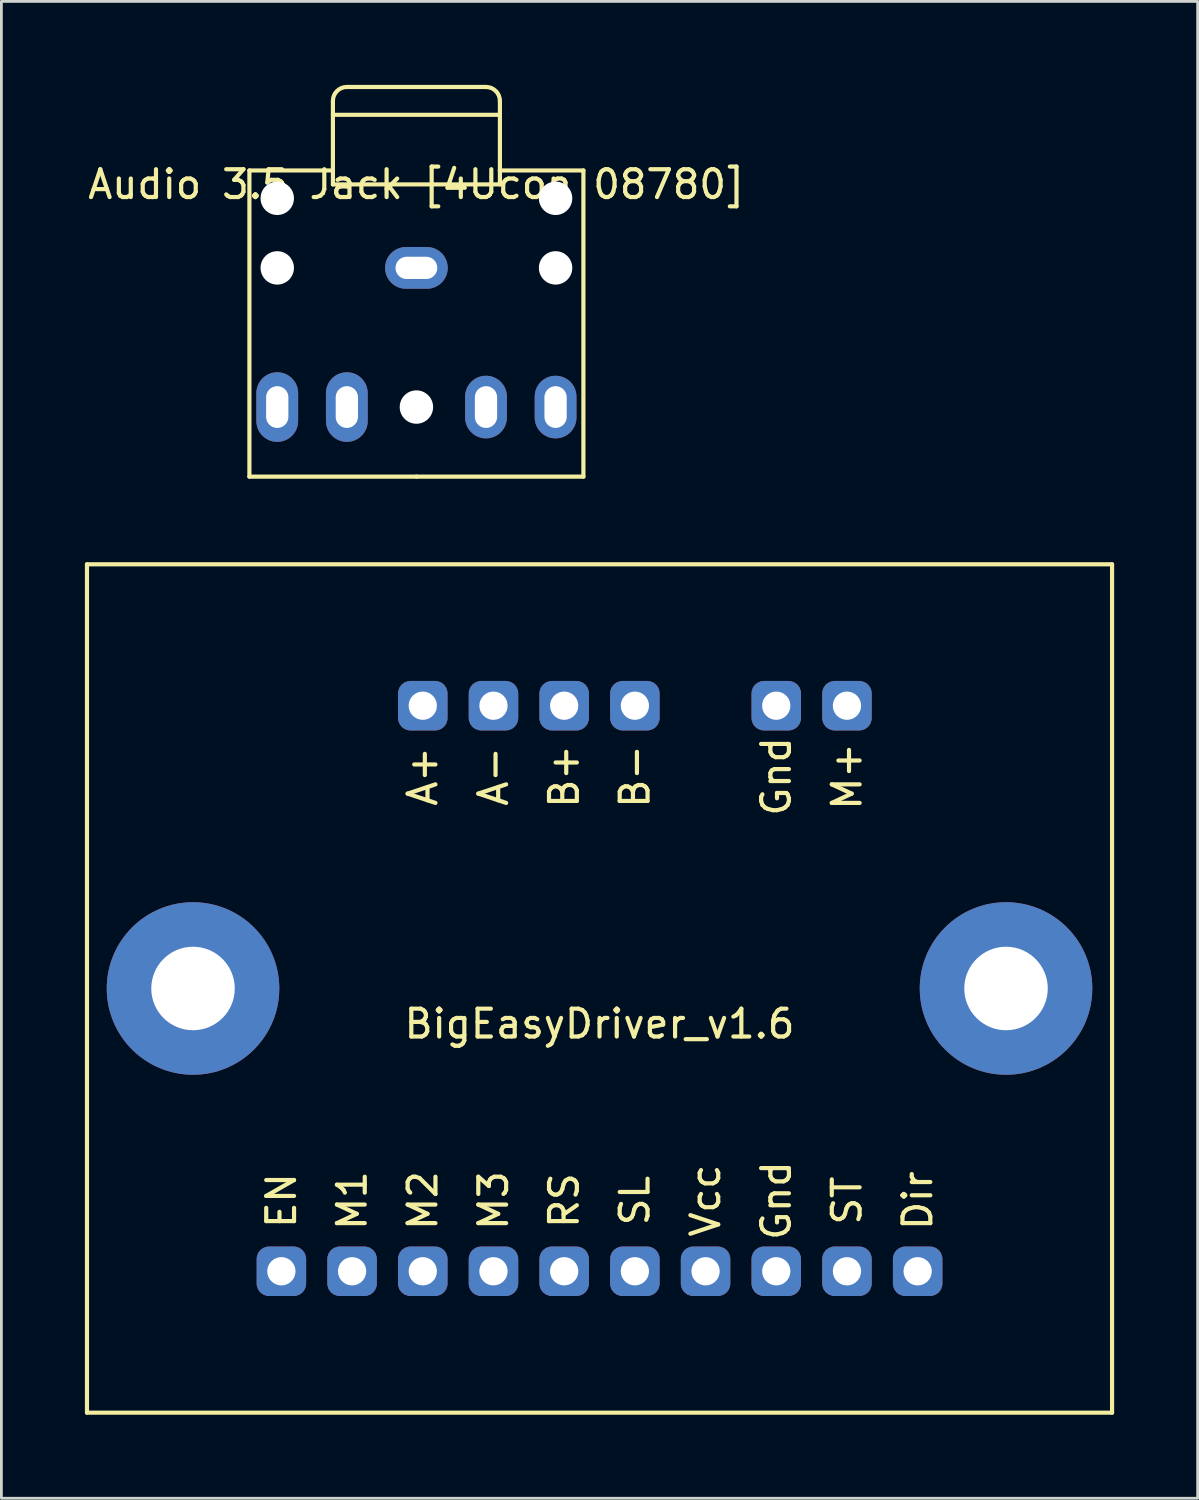
<source format=kicad_pcb>
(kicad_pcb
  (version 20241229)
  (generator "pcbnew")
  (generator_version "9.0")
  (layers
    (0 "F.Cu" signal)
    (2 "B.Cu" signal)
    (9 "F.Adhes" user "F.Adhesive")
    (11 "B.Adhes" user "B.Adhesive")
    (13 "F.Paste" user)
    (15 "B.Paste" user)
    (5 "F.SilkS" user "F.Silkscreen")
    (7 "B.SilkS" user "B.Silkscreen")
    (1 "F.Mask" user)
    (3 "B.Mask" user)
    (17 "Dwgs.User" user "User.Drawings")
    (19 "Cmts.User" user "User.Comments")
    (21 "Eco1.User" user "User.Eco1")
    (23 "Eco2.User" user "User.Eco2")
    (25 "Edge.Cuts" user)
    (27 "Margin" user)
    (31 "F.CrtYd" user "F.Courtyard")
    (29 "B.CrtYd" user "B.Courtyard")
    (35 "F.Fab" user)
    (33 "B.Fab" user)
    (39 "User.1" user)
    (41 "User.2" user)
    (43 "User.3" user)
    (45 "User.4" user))
  (footprint "BigEasyDriver_v1.6"
    (layer "F.Cu")
    (at 18.49 32.465)
    (property "Reference" "BigEasyDriver_v1.6" (at 0 1.27 0) (layer "F.SilkS") (effects (font (size 1 1) (thickness 0.15))))
    (attr through_hole)
    (fp_line (start -18.415 -15.24) (end -18.415 15.24) (stroke (width 0.15) (type solid)) (layer "F.SilkS"))
    (fp_line (start -18.415 -15.24) (end 18.415 -15.24) (stroke (width 0.15) (type solid)) (layer "F.SilkS"))
    (fp_line (start 18.415 -15.24) (end 18.415 15.24) (stroke (width 0.15) (type solid)) (layer "F.SilkS"))
    (fp_line (start 18.415 15.24) (end -18.415 15.24) (stroke (width 0.15) (type solid)) (layer "F.SilkS"))
    (fp_circle (center -14.605 0) (end -14.605 1.27) (stroke (width 0.15) (type solid)) (fill no) (layer "F.SilkS"))
    (fp_circle (center 14.605 0) (end 14.605 1.27) (stroke (width 0.15) (type solid)) (fill no) (layer "F.SilkS"))
    (fp_text user "B-" (at 1.27 -7.62 90) (layer "F.SilkS") (effects (font (size 1 1) (thickness 0.15))))
    (fp_text user "M2" (at -6.35 7.62 90) (layer "F.SilkS") (effects (font (size 1 1) (thickness 0.15))))
    (fp_text user "M3" (at -3.81 7.62 90) (layer "F.SilkS") (effects (font (size 1 1) (thickness 0.15))))
    (fp_text user "A-" (at -3.81 -7.62 90) (layer "F.SilkS") (effects (font (size 1 1) (thickness 0.15))))
    (fp_text user "RS" (at -1.27 7.62 90) (layer "F.SilkS") (effects (font (size 1 1) (thickness 0.15))))
    (fp_text user "EN" (at -11.43 7.62 90) (layer "F.SilkS") (effects (font (size 1 1) (thickness 0.15))))
    (fp_text user "B+" (at -1.27 -7.62 90) (layer "F.SilkS") (effects (font (size 1 1) (thickness 0.15))))
    (fp_text user "Vcc" (at 3.81 7.62 90) (layer "F.SilkS") (effects (font (size 1 1) (thickness 0.15))))
    (fp_text user "A+" (at -6.35 -7.62 90) (layer "F.SilkS") (effects (font (size 1 1) (thickness 0.15))))
    (fp_text user "M+" (at 8.89 -7.62 90) (layer "F.SilkS") (effects (font (size 1 1) (thickness 0.15))))
    (fp_text user "M1" (at -8.89 7.62 90) (layer "F.SilkS") (effects (font (size 1 1) (thickness 0.15))))
    (fp_text user "SL" (at 1.27 7.62 90) (layer "F.SilkS") (effects (font (size 1 1) (thickness 0.15))))
    (fp_text user "ST" (at 8.89 7.62 90) (layer "F.SilkS") (effects (font (size 1 1) (thickness 0.15))))
    (fp_text user "Dir" (at 11.43 7.62 90) (layer "F.SilkS") (effects (font (size 1 1) (thickness 0.15))))
    (fp_text user "Gnd" (at 6.35 -7.62 90) (layer "F.SilkS") (effects (font (size 1 1) (thickness 0.15))))
    (fp_text user "Gnd" (at 6.35 7.62 90) (layer "F.SilkS") (effects (font (size 1 1) (thickness 0.15))))
    (pad "" np_thru_hole circle (at -14.605 0) (size 6.2 6.2) (drill 3) (layers "*.Cu" "*.Mask"))
    (pad "" np_thru_hole circle (at 14.605 0) (size 6.2 6.2) (drill 3) (layers "*.Cu" "*.Mask"))
    (pad "1" thru_hole roundrect (at -11.43 10.16) (size 1.778 1.778) (drill 1.016) (layers "*.Cu" "*.Mask") (roundrect_rratio 0.25))
    (pad "2" thru_hole roundrect (at -8.89 10.16) (size 1.778 1.778) (drill 1.016) (layers "*.Cu" "*.Mask") (roundrect_rratio 0.25))
    (pad "3" thru_hole roundrect (at -6.35 10.16) (size 1.778 1.778) (drill 1.016) (layers "*.Cu" "*.Mask") (roundrect_rratio 0.25))
    (pad "4" thru_hole roundrect (at -3.81 10.16) (size 1.778 1.778) (drill 1.016) (layers "*.Cu" "*.Mask") (roundrect_rratio 0.25))
    (pad "5" thru_hole roundrect (at -1.27 10.16) (size 1.778 1.778) (drill 1.016) (layers "*.Cu" "*.Mask") (roundrect_rratio 0.25))
    (pad "6" thru_hole roundrect (at 1.27 10.16) (size 1.778 1.778) (drill 1.016) (layers "*.Cu" "*.Mask") (roundrect_rratio 0.25))
    (pad "7" thru_hole roundrect (at 3.81 10.16) (size 1.778 1.778) (drill 1.016) (layers "*.Cu" "*.Mask") (roundrect_rratio 0.25))
    (pad "8" thru_hole roundrect (at 6.35 10.16) (size 1.778 1.778) (drill 1.016) (layers "*.Cu" "*.Mask") (roundrect_rratio 0.25))
    (pad "9" thru_hole roundrect (at 8.89 10.16) (size 1.778 1.778) (drill 1.016) (layers "*.Cu" "*.Mask") (roundrect_rratio 0.25))
    (pad "10" thru_hole roundrect (at 11.43 10.16) (size 1.778 1.778) (drill 1.016) (layers "*.Cu" "*.Mask") (roundrect_rratio 0.25))
    (pad "11" thru_hole roundrect (at 8.89 -10.16) (size 1.778 1.778) (drill 1.016) (layers "*.Cu" "*.Mask") (roundrect_rratio 0.25))
    (pad "12" thru_hole roundrect (at 6.35 -10.16) (size 1.778 1.778) (drill 1.016) (layers "*.Cu" "*.Mask") (roundrect_rratio 0.25))
    (pad "13" thru_hole roundrect (at 1.27 -10.16) (size 1.778 1.778) (drill 1.016) (layers "*.Cu" "*.Mask") (roundrect_rratio 0.25))
    (pad "14" thru_hole roundrect (at -1.27 -10.16) (size 1.778 1.778) (drill 1.016) (layers "*.Cu" "*.Mask") (roundrect_rratio 0.25))
    (pad "15" thru_hole roundrect (at -3.81 -10.16) (size 1.778 1.778) (drill 1.016) (layers "*.Cu" "*.Mask") (roundrect_rratio 0.25))
    (pad "16" thru_hole roundrect (at -6.35 -10.16) (size 1.778 1.778) (drill 1.016) (layers "*.Cu" "*.Mask") (roundrect_rratio 0.25)))
  (footprint "Audio 3.5 Jack [4Ucon 08780]"
    (layer "F.Cu")
    (at 11.911 3.075)
    (property "Reference" "Audio 3.5 Jack [4Ucon 08780]" (at 0 0.5 0) (layer "F.SilkS") (effects (font (size 1 1) (thickness 0.15))))
    (attr through_hole)
    (fp_line (start -6 0) (end -3 0) (stroke (width 0.15) (type solid)) (layer "F.SilkS"))
    (fp_line (start -6 11) (end -6 0) (stroke (width 0.15) (type solid)) (layer "F.SilkS"))
    (fp_line (start -3 -2.5) (end -3 0) (stroke (width 0.15) (type solid)) (layer "F.SilkS"))
    (fp_line (start -3 0.5) (end -3 0) (stroke (width 0.15) (type solid)) (layer "F.SilkS"))
    (fp_line (start -2.5 -3) (end 2.5 -3) (stroke (width 0.15) (type solid)) (layer "F.SilkS"))
    (fp_line (start 0 11) (end -6 11) (stroke (width 0.15) (type solid)) (layer "F.SilkS"))
    (fp_line (start 3 -2.5) (end 3 0) (stroke (width 0.15) (type solid)) (layer "F.SilkS"))
    (fp_line (start 3 -2) (end -3 -2) (stroke (width 0.15) (type solid)) (layer "F.SilkS"))
    (fp_line (start 3 0) (end 3 0.5) (stroke (width 0.15) (type solid)) (layer "F.SilkS"))
    (fp_line (start 3 0.5) (end -3 0.5) (stroke (width 0.15) (type solid)) (layer "F.SilkS"))
    (fp_line (start 6 0) (end 3 0) (stroke (width 0.15) (type solid)) (layer "F.SilkS"))
    (fp_line (start 6 0) (end 6 11) (stroke (width 0.15) (type solid)) (layer "F.SilkS"))
    (fp_line (start 6 11) (end 0 11) (stroke (width 0.15) (type solid)) (layer "F.SilkS"))
    (fp_arc (start -3 -2.5) (mid -2.853553 -2.853553) (end -2.5 -3) (stroke (width 0.15) (type solid)) (layer "F.SilkS"))
    (fp_arc (start 2.5 -3) (mid 2.853553 -2.853553) (end 3 -2.5) (stroke (width 0.15) (type solid)) (layer "F.SilkS"))
    (pad "" np_thru_hole circle (at -5 1) (size 1.2 1.2) (drill 1.2) (layers "*.Cu" "*.Mask"))
    (pad "" np_thru_hole circle (at -5 3.5) (size 1.2 1.2) (drill 1.2) (layers "*.Cu" "*.Mask"))
    (pad "" np_thru_hole circle (at 0 8.5) (size 1.2 1.2) (drill 1.2) (layers "*.Cu" "*.Mask"))
    (pad "" np_thru_hole circle (at 5 1) (size 1.2 1.2) (drill 1.2) (layers "*.Cu" "*.Mask"))
    (pad "" np_thru_hole circle (at 5 3.5) (size 1.2 1.2) (drill 1.2) (layers "*.Cu" "*.Mask"))
    (pad "1" thru_hole oval (at 0 3.5) (size 2.25 1.5) (drill oval 1.5 0.8) (layers "*.Cu" "*.Mask"))
    (pad "2" thru_hole oval (at 5 8.5) (size 1.5 2.25) (drill oval 0.8 1.5) (layers "*.Cu" "*.Mask"))
    (pad "3" thru_hole oval (at 2.5 8.5) (size 1.5 2.25) (drill oval 0.8 1.5) (layers "*.Cu" "*.Mask"))
    (pad "4" thru_hole oval (at -2.5 8.5) (size 1.5 2.5) (drill oval 0.8 1.5) (layers "*.Cu" "*.Mask"))
    (pad "5" thru_hole oval (at -5 8.5) (size 1.5 2.5) (drill oval 0.8 1.5) (layers "*.Cu" "*.Mask")))
  (gr_rect
    (start -3 -3)
    (end 39.98 50.78)
    (stroke (width 0.1) (type default))
    (fill no)
    (layer "Edge.Cuts")))
</source>
